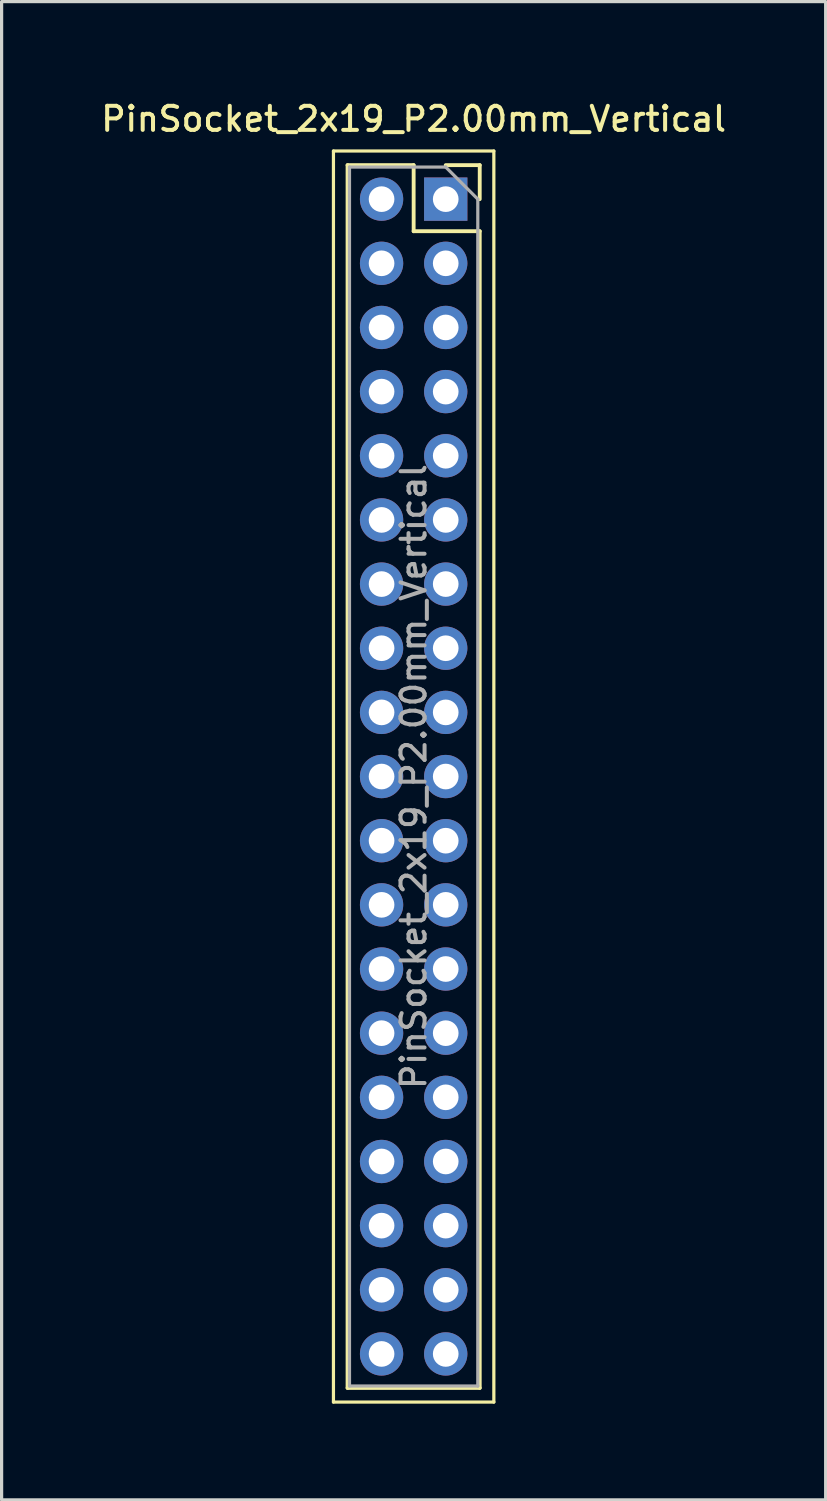
<source format=kicad_pcb>
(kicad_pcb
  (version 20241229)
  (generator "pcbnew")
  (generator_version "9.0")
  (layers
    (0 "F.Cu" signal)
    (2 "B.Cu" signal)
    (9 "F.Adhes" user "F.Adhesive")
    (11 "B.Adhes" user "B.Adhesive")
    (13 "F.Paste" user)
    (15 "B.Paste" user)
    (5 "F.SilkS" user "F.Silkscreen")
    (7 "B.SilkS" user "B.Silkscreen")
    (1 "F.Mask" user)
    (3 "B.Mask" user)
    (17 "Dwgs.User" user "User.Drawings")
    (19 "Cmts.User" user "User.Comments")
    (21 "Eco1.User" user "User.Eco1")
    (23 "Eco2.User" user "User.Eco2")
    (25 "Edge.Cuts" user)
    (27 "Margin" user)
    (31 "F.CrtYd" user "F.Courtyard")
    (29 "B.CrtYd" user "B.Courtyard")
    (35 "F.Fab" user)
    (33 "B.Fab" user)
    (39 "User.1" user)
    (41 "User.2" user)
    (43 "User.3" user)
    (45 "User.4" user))
  (footprint "PinSocket_2x19_P2.00mm_Vertical"
    (layer "F.Cu")
    (at 10.845 3.158)
    (property "Reference" "PinSocket_2x19_P2.00mm_Vertical" (at -1 -2.5 0) (layer "F.SilkS") (effects (font (size 0.75 0.75) (thickness 0.125))))
    (attr through_hole)
    (fp_line (start -3.5 -1.5) (end 1.5 -1.5) (stroke (width 0.1) (type solid)) (layer "F.SilkS"))
    (fp_line (start -3.5 37.5) (end -3.5 -1.5) (stroke (width 0.1) (type solid)) (layer "F.SilkS"))
    (fp_line (start -3.06 -1.06) (end -3.06 37.06) (stroke (width 0.12) (type solid)) (layer "F.SilkS"))
    (fp_line (start -3.06 -1.06) (end -1 -1.06) (stroke (width 0.12) (type solid)) (layer "F.SilkS"))
    (fp_line (start -3.06 37.06) (end 1.06 37.06) (stroke (width 0.12) (type solid)) (layer "F.SilkS"))
    (fp_line (start -1 -1.06) (end -1 1) (stroke (width 0.12) (type solid)) (layer "F.SilkS"))
    (fp_line (start -1 1) (end 1.06 1) (stroke (width 0.12) (type solid)) (layer "F.SilkS"))
    (fp_line (start 0 -1.06) (end 1.06 -1.06) (stroke (width 0.12) (type solid)) (layer "F.SilkS"))
    (fp_line (start 1.06 -1.06) (end 1.06 0) (stroke (width 0.12) (type solid)) (layer "F.SilkS"))
    (fp_line (start 1.06 1) (end 1.06 37.06) (stroke (width 0.12) (type solid)) (layer "F.SilkS"))
    (fp_line (start 1.5 -1.5) (end 1.5 37.5) (stroke (width 0.1) (type solid)) (layer "F.SilkS"))
    (fp_line (start 1.5 37.5) (end -3.5 37.5) (stroke (width 0.1) (type solid)) (layer "F.SilkS"))
    (fp_line (start -3 -1) (end 0 -1) (stroke (width 0.1) (type solid)) (layer "F.Fab"))
    (fp_line (start -3 37) (end -3 -1) (stroke (width 0.1) (type solid)) (layer "F.Fab"))
    (fp_line (start 0 -1) (end 1 0) (stroke (width 0.1) (type solid)) (layer "F.Fab"))
    (fp_line (start 1 0) (end 1 37) (stroke (width 0.1) (type solid)) (layer "F.Fab"))
    (fp_line (start 1 37) (end -3 37) (stroke (width 0.1) (type solid)) (layer "F.Fab"))
    (fp_text user "${REFERENCE}" (at -1 18 90) (layer "F.Fab") (effects (font (size 0.75 0.75) (thickness 0.125))))
    (pad "1" thru_hole rect (at 0 0) (size 1.35 1.35) (drill 0.8) (layers "*.Cu" "*.Mask"))
    (pad "2" thru_hole oval (at -2 0) (size 1.35 1.35) (drill 0.8) (layers "*.Cu" "*.Mask"))
    (pad "3" thru_hole oval (at 0 2) (size 1.35 1.35) (drill 0.8) (layers "*.Cu" "*.Mask"))
    (pad "4" thru_hole oval (at -2 2) (size 1.35 1.35) (drill 0.8) (layers "*.Cu" "*.Mask"))
    (pad "5" thru_hole oval (at 0 4) (size 1.35 1.35) (drill 0.8) (layers "*.Cu" "*.Mask"))
    (pad "6" thru_hole oval (at -2 4) (size 1.35 1.35) (drill 0.8) (layers "*.Cu" "*.Mask"))
    (pad "7" thru_hole oval (at 0 6) (size 1.35 1.35) (drill 0.8) (layers "*.Cu" "*.Mask"))
    (pad "8" thru_hole oval (at -2 6) (size 1.35 1.35) (drill 0.8) (layers "*.Cu" "*.Mask"))
    (pad "9" thru_hole oval (at 0 8) (size 1.35 1.35) (drill 0.8) (layers "*.Cu" "*.Mask"))
    (pad "10" thru_hole oval (at -2 8) (size 1.35 1.35) (drill 0.8) (layers "*.Cu" "*.Mask"))
    (pad "11" thru_hole oval (at 0 10) (size 1.35 1.35) (drill 0.8) (layers "*.Cu" "*.Mask"))
    (pad "12" thru_hole oval (at -2 10) (size 1.35 1.35) (drill 0.8) (layers "*.Cu" "*.Mask"))
    (pad "13" thru_hole oval (at 0 12) (size 1.35 1.35) (drill 0.8) (layers "*.Cu" "*.Mask"))
    (pad "14" thru_hole oval (at -2 12) (size 1.35 1.35) (drill 0.8) (layers "*.Cu" "*.Mask"))
    (pad "15" thru_hole oval (at 0 14) (size 1.35 1.35) (drill 0.8) (layers "*.Cu" "*.Mask"))
    (pad "16" thru_hole oval (at -2 14) (size 1.35 1.35) (drill 0.8) (layers "*.Cu" "*.Mask"))
    (pad "17" thru_hole oval (at 0 16) (size 1.35 1.35) (drill 0.8) (layers "*.Cu" "*.Mask"))
    (pad "18" thru_hole oval (at -2 16) (size 1.35 1.35) (drill 0.8) (layers "*.Cu" "*.Mask"))
    (pad "19" thru_hole oval (at 0 18) (size 1.35 1.35) (drill 0.8) (layers "*.Cu" "*.Mask"))
    (pad "20" thru_hole oval (at -2 18) (size 1.35 1.35) (drill 0.8) (layers "*.Cu" "*.Mask"))
    (pad "21" thru_hole oval (at 0 20) (size 1.35 1.35) (drill 0.8) (layers "*.Cu" "*.Mask"))
    (pad "22" thru_hole oval (at -2 20) (size 1.35 1.35) (drill 0.8) (layers "*.Cu" "*.Mask"))
    (pad "23" thru_hole oval (at 0 22) (size 1.35 1.35) (drill 0.8) (layers "*.Cu" "*.Mask"))
    (pad "24" thru_hole oval (at -2 22) (size 1.35 1.35) (drill 0.8) (layers "*.Cu" "*.Mask"))
    (pad "25" thru_hole oval (at 0 24) (size 1.35 1.35) (drill 0.8) (layers "*.Cu" "*.Mask"))
    (pad "26" thru_hole oval (at -2 24) (size 1.35 1.35) (drill 0.8) (layers "*.Cu" "*.Mask"))
    (pad "27" thru_hole oval (at 0 26) (size 1.35 1.35) (drill 0.8) (layers "*.Cu" "*.Mask"))
    (pad "28" thru_hole oval (at -2 26) (size 1.35 1.35) (drill 0.8) (layers "*.Cu" "*.Mask"))
    (pad "29" thru_hole oval (at 0 28) (size 1.35 1.35) (drill 0.8) (layers "*.Cu" "*.Mask"))
    (pad "30" thru_hole oval (at -2 28) (size 1.35 1.35) (drill 0.8) (layers "*.Cu" "*.Mask"))
    (pad "31" thru_hole oval (at 0 30) (size 1.35 1.35) (drill 0.8) (layers "*.Cu" "*.Mask"))
    (pad "32" thru_hole oval (at -2 30) (size 1.35 1.35) (drill 0.8) (layers "*.Cu" "*.Mask"))
    (pad "33" thru_hole oval (at 0 32) (size 1.35 1.35) (drill 0.8) (layers "*.Cu" "*.Mask"))
    (pad "34" thru_hole oval (at -2 32) (size 1.35 1.35) (drill 0.8) (layers "*.Cu" "*.Mask"))
    (pad "35" thru_hole oval (at 0 34) (size 1.35 1.35) (drill 0.8) (layers "*.Cu" "*.Mask"))
    (pad "36" thru_hole oval (at -2 34) (size 1.35 1.35) (drill 0.8) (layers "*.Cu" "*.Mask"))
    (pad "37" thru_hole oval (at 0 36) (size 1.35 1.35) (drill 0.8) (layers "*.Cu" "*.Mask"))
    (pad "38" thru_hole oval (at -2 36) (size 1.35 1.35) (drill 0.8) (layers "*.Cu" "*.Mask")))
  (gr_rect
    (start -3 -3)
    (end 22.689 43.708)
    (stroke (width 0.1) (type default))
    (fill no)
    (layer "Edge.Cuts")))
</source>
